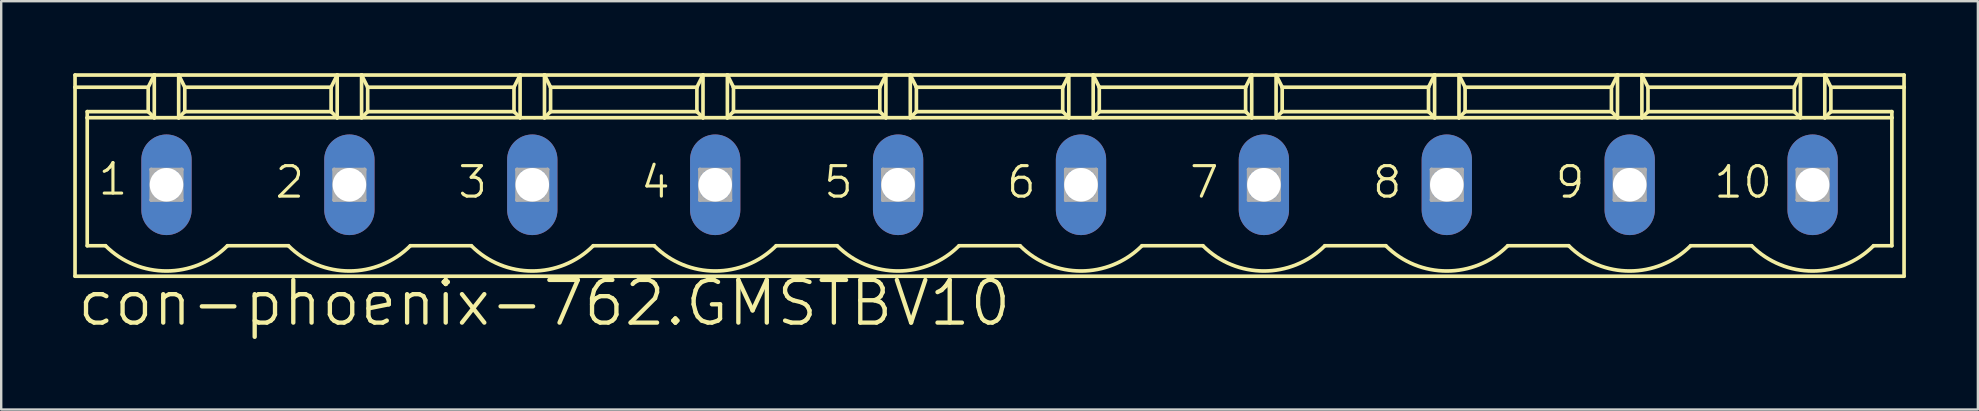
<source format=kicad_pcb>
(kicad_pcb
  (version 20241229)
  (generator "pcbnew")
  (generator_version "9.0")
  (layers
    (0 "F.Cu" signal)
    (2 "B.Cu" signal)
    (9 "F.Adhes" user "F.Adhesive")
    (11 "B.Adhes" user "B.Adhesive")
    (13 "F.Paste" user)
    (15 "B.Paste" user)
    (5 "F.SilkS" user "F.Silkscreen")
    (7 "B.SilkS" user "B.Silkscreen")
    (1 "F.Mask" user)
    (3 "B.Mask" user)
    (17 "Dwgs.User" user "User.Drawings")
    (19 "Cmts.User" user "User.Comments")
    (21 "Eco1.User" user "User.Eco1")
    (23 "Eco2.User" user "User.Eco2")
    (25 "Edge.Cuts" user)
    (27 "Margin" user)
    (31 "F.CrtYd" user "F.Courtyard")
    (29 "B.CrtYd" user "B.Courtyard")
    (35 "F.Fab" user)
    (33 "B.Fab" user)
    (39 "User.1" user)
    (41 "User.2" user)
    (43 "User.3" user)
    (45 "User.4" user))
  (footprint "con-phoenix-762.GMSTBV10"
    (layer "F.Cu")
    (at 38.176 4.648)
    (property "Reference" "con-phoenix-762.GMSTBV10" (at -38.1 5.969 0) (layer "F.SilkS") (effects (font (size 1.778 1.778) (thickness 0.18)) (justify left bottom)))
    (attr through_hole)
    (fp_line (start -38.1 -4.572) (end -34.798 -4.572) (stroke (width 0.152) (type default)) (layer "F.SilkS"))
    (fp_line (start -38.1 -4.064) (end -38.1 -4.572) (stroke (width 0.152) (type default)) (layer "F.SilkS"))
    (fp_line (start -38.1 -4.064) (end -35.052 -4.064) (stroke (width 0.152) (type default)) (layer "F.SilkS"))
    (fp_line (start -38.1 3.81) (end -38.1 -4.064) (stroke (width 0.152) (type default)) (layer "F.SilkS"))
    (fp_line (start -37.592 -3.048) (end -35.052 -3.048) (stroke (width 0.152) (type default)) (layer "F.SilkS"))
    (fp_line (start -37.592 -2.794) (end -37.592 -3.048) (stroke (width 0.152) (type default)) (layer "F.SilkS"))
    (fp_line (start -37.592 -2.794) (end -34.798 -2.794) (stroke (width 0.152) (type default)) (layer "F.SilkS"))
    (fp_line (start -37.592 2.54) (end -37.592 -2.794) (stroke (width 0.152) (type default)) (layer "F.SilkS"))
    (fp_line (start -36.83 2.54) (end -37.592 2.54) (stroke (width 0.152) (type default)) (layer "F.SilkS"))
    (fp_line (start -35.052 -4.064) (end -34.798 -4.572) (stroke (width 0.152) (type default)) (layer "F.SilkS"))
    (fp_line (start -35.052 -3.048) (end -35.052 -4.064) (stroke (width 0.152) (type default)) (layer "F.SilkS"))
    (fp_line (start -35.052 -3.048) (end -34.798 -2.794) (stroke (width 0.152) (type default)) (layer "F.SilkS"))
    (fp_line (start -34.798 -4.572) (end -33.782 -4.572) (stroke (width 0.152) (type default)) (layer "F.SilkS"))
    (fp_line (start -34.798 -2.794) (end -34.798 -4.572) (stroke (width 0.152) (type default)) (layer "F.SilkS"))
    (fp_line (start -34.798 -2.794) (end -33.782 -2.794) (stroke (width 0.152) (type default)) (layer "F.SilkS"))
    (fp_line (start -33.782 -4.572) (end -33.528 -4.064) (stroke (width 0.152) (type default)) (layer "F.SilkS"))
    (fp_line (start -33.782 -4.572) (end -27.178 -4.572) (stroke (width 0.152) (type default)) (layer "F.SilkS"))
    (fp_line (start -33.782 -2.794) (end -33.782 -4.572) (stroke (width 0.152) (type default)) (layer "F.SilkS"))
    (fp_line (start -33.782 -2.794) (end -27.178 -2.794) (stroke (width 0.152) (type default)) (layer "F.SilkS"))
    (fp_line (start -33.528 -4.064) (end -33.528 -3.048) (stroke (width 0.152) (type default)) (layer "F.SilkS"))
    (fp_line (start -33.528 -4.064) (end -27.432 -4.064) (stroke (width 0.152) (type default)) (layer "F.SilkS"))
    (fp_line (start -33.528 -3.048) (end -33.782 -2.794) (stroke (width 0.152) (type default)) (layer "F.SilkS"))
    (fp_line (start -29.21 2.54) (end -31.75 2.54) (stroke (width 0.152) (type default)) (layer "F.SilkS"))
    (fp_line (start -27.432 -4.064) (end -27.432 -3.048) (stroke (width 0.152) (type default)) (layer "F.SilkS"))
    (fp_line (start -27.432 -4.064) (end -27.178 -4.572) (stroke (width 0.152) (type default)) (layer "F.SilkS"))
    (fp_line (start -27.432 -3.048) (end -33.528 -3.048) (stroke (width 0.152) (type default)) (layer "F.SilkS"))
    (fp_line (start -27.432 -3.048) (end -27.178 -2.794) (stroke (width 0.152) (type default)) (layer "F.SilkS"))
    (fp_line (start -27.178 -4.572) (end -26.162 -4.572) (stroke (width 0.152) (type default)) (layer "F.SilkS"))
    (fp_line (start -27.178 -2.794) (end -27.178 -4.572) (stroke (width 0.152) (type default)) (layer "F.SilkS"))
    (fp_line (start -27.178 -2.794) (end -26.162 -2.794) (stroke (width 0.152) (type default)) (layer "F.SilkS"))
    (fp_line (start -26.162 -4.572) (end -25.908 -4.064) (stroke (width 0.152) (type default)) (layer "F.SilkS"))
    (fp_line (start -26.162 -4.572) (end -19.558 -4.572) (stroke (width 0.152) (type default)) (layer "F.SilkS"))
    (fp_line (start -26.162 -2.794) (end -26.162 -4.572) (stroke (width 0.152) (type default)) (layer "F.SilkS"))
    (fp_line (start -26.162 -2.794) (end -19.558 -2.794) (stroke (width 0.152) (type default)) (layer "F.SilkS"))
    (fp_line (start -25.908 -4.064) (end -25.908 -3.048) (stroke (width 0.152) (type default)) (layer "F.SilkS"))
    (fp_line (start -25.908 -4.064) (end -19.812 -4.064) (stroke (width 0.152) (type default)) (layer "F.SilkS"))
    (fp_line (start -25.908 -3.048) (end -26.162 -2.794) (stroke (width 0.152) (type default)) (layer "F.SilkS"))
    (fp_line (start -25.908 -3.048) (end -19.812 -3.048) (stroke (width 0.152) (type default)) (layer "F.SilkS"))
    (fp_line (start -21.59 2.54) (end -24.13 2.54) (stroke (width 0.152) (type default)) (layer "F.SilkS"))
    (fp_line (start -19.812 -4.064) (end -19.558 -4.572) (stroke (width 0.152) (type default)) (layer "F.SilkS"))
    (fp_line (start -19.812 -3.048) (end -19.812 -4.064) (stroke (width 0.152) (type default)) (layer "F.SilkS"))
    (fp_line (start -19.812 -3.048) (end -19.558 -2.794) (stroke (width 0.152) (type default)) (layer "F.SilkS"))
    (fp_line (start -19.558 -4.572) (end -18.542 -4.572) (stroke (width 0.152) (type default)) (layer "F.SilkS"))
    (fp_line (start -19.558 -2.794) (end -19.558 -4.572) (stroke (width 0.152) (type default)) (layer "F.SilkS"))
    (fp_line (start -19.558 -2.794) (end -18.542 -2.794) (stroke (width 0.152) (type default)) (layer "F.SilkS"))
    (fp_line (start -18.542 -4.572) (end -18.288 -4.064) (stroke (width 0.152) (type default)) (layer "F.SilkS"))
    (fp_line (start -18.542 -4.572) (end -11.938 -4.572) (stroke (width 0.152) (type default)) (layer "F.SilkS"))
    (fp_line (start -18.542 -2.794) (end -18.542 -4.572) (stroke (width 0.152) (type default)) (layer "F.SilkS"))
    (fp_line (start -18.542 -2.794) (end -11.938 -2.794) (stroke (width 0.152) (type default)) (layer "F.SilkS"))
    (fp_line (start -18.288 -4.064) (end -18.288 -3.048) (stroke (width 0.152) (type default)) (layer "F.SilkS"))
    (fp_line (start -18.288 -4.064) (end -12.192 -4.064) (stroke (width 0.152) (type default)) (layer "F.SilkS"))
    (fp_line (start -18.288 -3.048) (end -18.542 -2.794) (stroke (width 0.152) (type default)) (layer "F.SilkS"))
    (fp_line (start -13.97 2.54) (end -16.51 2.54) (stroke (width 0.152) (type default)) (layer "F.SilkS"))
    (fp_line (start -12.192 -4.064) (end -12.192 -3.048) (stroke (width 0.152) (type default)) (layer "F.SilkS"))
    (fp_line (start -12.192 -4.064) (end -11.938 -4.572) (stroke (width 0.152) (type default)) (layer "F.SilkS"))
    (fp_line (start -12.192 -3.048) (end -18.288 -3.048) (stroke (width 0.152) (type default)) (layer "F.SilkS"))
    (fp_line (start -12.192 -3.048) (end -11.938 -2.794) (stroke (width 0.152) (type default)) (layer "F.SilkS"))
    (fp_line (start -11.938 -4.572) (end -10.922 -4.572) (stroke (width 0.152) (type default)) (layer "F.SilkS"))
    (fp_line (start -11.938 -2.794) (end -11.938 -4.572) (stroke (width 0.152) (type default)) (layer "F.SilkS"))
    (fp_line (start -11.938 -2.794) (end -10.922 -2.794) (stroke (width 0.152) (type default)) (layer "F.SilkS"))
    (fp_line (start -10.922 -4.572) (end -10.668 -4.064) (stroke (width 0.152) (type default)) (layer "F.SilkS"))
    (fp_line (start -10.922 -4.572) (end -4.318 -4.572) (stroke (width 0.152) (type default)) (layer "F.SilkS"))
    (fp_line (start -10.922 -2.794) (end -10.922 -4.572) (stroke (width 0.152) (type default)) (layer "F.SilkS"))
    (fp_line (start -10.922 -2.794) (end -4.318 -2.794) (stroke (width 0.152) (type default)) (layer "F.SilkS"))
    (fp_line (start -10.668 -4.064) (end -10.668 -3.048) (stroke (width 0.152) (type default)) (layer "F.SilkS"))
    (fp_line (start -10.668 -4.064) (end -4.572 -4.064) (stroke (width 0.152) (type default)) (layer "F.SilkS"))
    (fp_line (start -10.668 -3.048) (end -10.922 -2.794) (stroke (width 0.152) (type default)) (layer "F.SilkS"))
    (fp_line (start -10.668 -3.048) (end -4.572 -3.048) (stroke (width 0.152) (type default)) (layer "F.SilkS"))
    (fp_line (start -6.35 2.54) (end -8.89 2.54) (stroke (width 0.152) (type default)) (layer "F.SilkS"))
    (fp_line (start -4.572 -4.064) (end -4.572 -3.048) (stroke (width 0.152) (type default)) (layer "F.SilkS"))
    (fp_line (start -4.572 -4.064) (end -4.318 -4.572) (stroke (width 0.152) (type default)) (layer "F.SilkS"))
    (fp_line (start -4.572 -3.048) (end -4.318 -2.794) (stroke (width 0.152) (type default)) (layer "F.SilkS"))
    (fp_line (start -4.318 -4.572) (end -3.302 -4.572) (stroke (width 0.152) (type default)) (layer "F.SilkS"))
    (fp_line (start -4.318 -2.794) (end -4.318 -4.572) (stroke (width 0.152) (type default)) (layer "F.SilkS"))
    (fp_line (start -4.318 -2.794) (end -3.302 -2.794) (stroke (width 0.152) (type default)) (layer "F.SilkS"))
    (fp_line (start -3.302 -4.572) (end -3.048 -4.064) (stroke (width 0.152) (type default)) (layer "F.SilkS"))
    (fp_line (start -3.302 -4.572) (end 3.302 -4.572) (stroke (width 0.152) (type default)) (layer "F.SilkS"))
    (fp_line (start -3.302 -2.794) (end -3.302 -4.572) (stroke (width 0.152) (type default)) (layer "F.SilkS"))
    (fp_line (start -3.302 -2.794) (end 3.302 -2.794) (stroke (width 0.152) (type default)) (layer "F.SilkS"))
    (fp_line (start -3.048 -4.064) (end -3.048 -3.048) (stroke (width 0.152) (type default)) (layer "F.SilkS"))
    (fp_line (start -3.048 -4.064) (end 3.048 -4.064) (stroke (width 0.152) (type default)) (layer "F.SilkS"))
    (fp_line (start -3.048 -3.048) (end -3.302 -2.794) (stroke (width 0.152) (type default)) (layer "F.SilkS"))
    (fp_line (start -3.048 -3.048) (end 3.048 -3.048) (stroke (width 0.152) (type default)) (layer "F.SilkS"))
    (fp_line (start 1.27 2.54) (end -1.27 2.54) (stroke (width 0.152) (type default)) (layer "F.SilkS"))
    (fp_line (start 3.048 -4.064) (end 3.048 -3.048) (stroke (width 0.152) (type default)) (layer "F.SilkS"))
    (fp_line (start 3.048 -4.064) (end 3.302 -4.572) (stroke (width 0.152) (type default)) (layer "F.SilkS"))
    (fp_line (start 3.048 -3.048) (end 3.302 -2.794) (stroke (width 0.152) (type default)) (layer "F.SilkS"))
    (fp_line (start 3.302 -4.572) (end 4.318 -4.572) (stroke (width 0.152) (type default)) (layer "F.SilkS"))
    (fp_line (start 3.302 -2.794) (end 3.302 -4.572) (stroke (width 0.152) (type default)) (layer "F.SilkS"))
    (fp_line (start 3.302 -2.794) (end 4.318 -2.794) (stroke (width 0.152) (type default)) (layer "F.SilkS"))
    (fp_line (start 4.318 -4.572) (end 4.572 -4.064) (stroke (width 0.152) (type default)) (layer "F.SilkS"))
    (fp_line (start 4.318 -4.572) (end 10.922 -4.572) (stroke (width 0.152) (type default)) (layer "F.SilkS"))
    (fp_line (start 4.318 -2.794) (end 4.318 -4.572) (stroke (width 0.152) (type default)) (layer "F.SilkS"))
    (fp_line (start 4.318 -2.794) (end 10.922 -2.794) (stroke (width 0.152) (type default)) (layer "F.SilkS"))
    (fp_line (start 4.572 -4.064) (end 4.572 -3.048) (stroke (width 0.152) (type default)) (layer "F.SilkS"))
    (fp_line (start 4.572 -4.064) (end 10.668 -4.064) (stroke (width 0.152) (type default)) (layer "F.SilkS"))
    (fp_line (start 4.572 -3.048) (end 4.318 -2.794) (stroke (width 0.152) (type default)) (layer "F.SilkS"))
    (fp_line (start 4.572 -3.048) (end 10.668 -3.048) (stroke (width 0.152) (type default)) (layer "F.SilkS"))
    (fp_line (start 8.89 2.54) (end 6.35 2.54) (stroke (width 0.152) (type default)) (layer "F.SilkS"))
    (fp_line (start 10.668 -4.064) (end 10.668 -3.048) (stroke (width 0.152) (type default)) (layer "F.SilkS"))
    (fp_line (start 10.668 -4.064) (end 10.922 -4.572) (stroke (width 0.152) (type default)) (layer "F.SilkS"))
    (fp_line (start 10.668 -3.048) (end 10.922 -2.794) (stroke (width 0.152) (type default)) (layer "F.SilkS"))
    (fp_line (start 10.922 -4.572) (end 11.938 -4.572) (stroke (width 0.152) (type default)) (layer "F.SilkS"))
    (fp_line (start 10.922 -2.794) (end 10.922 -4.572) (stroke (width 0.152) (type default)) (layer "F.SilkS"))
    (fp_line (start 10.922 -2.794) (end 11.938 -2.794) (stroke (width 0.152) (type default)) (layer "F.SilkS"))
    (fp_line (start 11.938 -4.572) (end 12.192 -4.064) (stroke (width 0.152) (type default)) (layer "F.SilkS"))
    (fp_line (start 11.938 -4.572) (end 18.542 -4.572) (stroke (width 0.152) (type default)) (layer "F.SilkS"))
    (fp_line (start 11.938 -2.794) (end 11.938 -4.572) (stroke (width 0.152) (type default)) (layer "F.SilkS"))
    (fp_line (start 11.938 -2.794) (end 18.542 -2.794) (stroke (width 0.152) (type default)) (layer "F.SilkS"))
    (fp_line (start 12.192 -4.064) (end 12.192 -3.048) (stroke (width 0.152) (type default)) (layer "F.SilkS"))
    (fp_line (start 12.192 -4.064) (end 18.288 -4.064) (stroke (width 0.152) (type default)) (layer "F.SilkS"))
    (fp_line (start 12.192 -3.048) (end 11.938 -2.794) (stroke (width 0.152) (type default)) (layer "F.SilkS"))
    (fp_line (start 12.192 -3.048) (end 18.288 -3.048) (stroke (width 0.152) (type default)) (layer "F.SilkS"))
    (fp_line (start 16.51 2.54) (end 13.97 2.54) (stroke (width 0.152) (type default)) (layer "F.SilkS"))
    (fp_line (start 18.288 -4.064) (end 18.288 -3.048) (stroke (width 0.152) (type default)) (layer "F.SilkS"))
    (fp_line (start 18.288 -4.064) (end 18.542 -4.572) (stroke (width 0.152) (type default)) (layer "F.SilkS"))
    (fp_line (start 18.288 -3.048) (end 18.542 -2.794) (stroke (width 0.152) (type default)) (layer "F.SilkS"))
    (fp_line (start 18.542 -4.572) (end 19.558 -4.572) (stroke (width 0.152) (type default)) (layer "F.SilkS"))
    (fp_line (start 18.542 -2.794) (end 18.542 -4.572) (stroke (width 0.152) (type default)) (layer "F.SilkS"))
    (fp_line (start 18.542 -2.794) (end 19.558 -2.794) (stroke (width 0.152) (type default)) (layer "F.SilkS"))
    (fp_line (start 19.558 -4.572) (end 19.812 -4.064) (stroke (width 0.152) (type default)) (layer "F.SilkS"))
    (fp_line (start 19.558 -4.572) (end 26.162 -4.572) (stroke (width 0.152) (type default)) (layer "F.SilkS"))
    (fp_line (start 19.558 -2.794) (end 19.558 -4.572) (stroke (width 0.152) (type default)) (layer "F.SilkS"))
    (fp_line (start 19.558 -2.794) (end 26.162 -2.794) (stroke (width 0.152) (type default)) (layer "F.SilkS"))
    (fp_line (start 19.812 -4.064) (end 19.812 -3.048) (stroke (width 0.152) (type default)) (layer "F.SilkS"))
    (fp_line (start 19.812 -4.064) (end 25.908 -4.064) (stroke (width 0.152) (type default)) (layer "F.SilkS"))
    (fp_line (start 19.812 -3.048) (end 19.558 -2.794) (stroke (width 0.152) (type default)) (layer "F.SilkS"))
    (fp_line (start 19.812 -3.048) (end 25.908 -3.048) (stroke (width 0.152) (type default)) (layer "F.SilkS"))
    (fp_line (start 24.13 2.54) (end 21.59 2.54) (stroke (width 0.152) (type default)) (layer "F.SilkS"))
    (fp_line (start 25.908 -4.064) (end 25.908 -3.048) (stroke (width 0.152) (type default)) (layer "F.SilkS"))
    (fp_line (start 25.908 -4.064) (end 26.162 -4.572) (stroke (width 0.152) (type default)) (layer "F.SilkS"))
    (fp_line (start 25.908 -3.048) (end 26.162 -2.794) (stroke (width 0.152) (type default)) (layer "F.SilkS"))
    (fp_line (start 26.162 -4.572) (end 27.178 -4.572) (stroke (width 0.152) (type default)) (layer "F.SilkS"))
    (fp_line (start 26.162 -2.794) (end 26.162 -4.572) (stroke (width 0.152) (type default)) (layer "F.SilkS"))
    (fp_line (start 26.162 -2.794) (end 27.178 -2.794) (stroke (width 0.152) (type default)) (layer "F.SilkS"))
    (fp_line (start 27.178 -4.572) (end 27.432 -4.064) (stroke (width 0.152) (type default)) (layer "F.SilkS"))
    (fp_line (start 27.178 -4.572) (end 33.782 -4.572) (stroke (width 0.152) (type default)) (layer "F.SilkS"))
    (fp_line (start 27.178 -2.794) (end 27.178 -4.572) (stroke (width 0.152) (type default)) (layer "F.SilkS"))
    (fp_line (start 27.178 -2.794) (end 33.782 -2.794) (stroke (width 0.152) (type default)) (layer "F.SilkS"))
    (fp_line (start 27.432 -4.064) (end 27.432 -3.048) (stroke (width 0.152) (type default)) (layer "F.SilkS"))
    (fp_line (start 27.432 -4.064) (end 33.528 -4.064) (stroke (width 0.152) (type default)) (layer "F.SilkS"))
    (fp_line (start 27.432 -3.048) (end 27.178 -2.794) (stroke (width 0.152) (type default)) (layer "F.SilkS"))
    (fp_line (start 27.432 -3.048) (end 33.528 -3.048) (stroke (width 0.152) (type default)) (layer "F.SilkS"))
    (fp_line (start 31.75 2.54) (end 29.21 2.54) (stroke (width 0.152) (type default)) (layer "F.SilkS"))
    (fp_line (start 33.528 -4.064) (end 33.528 -3.048) (stroke (width 0.152) (type default)) (layer "F.SilkS"))
    (fp_line (start 33.528 -4.064) (end 33.782 -4.572) (stroke (width 0.152) (type default)) (layer "F.SilkS"))
    (fp_line (start 33.528 -3.048) (end 33.782 -2.794) (stroke (width 0.152) (type default)) (layer "F.SilkS"))
    (fp_line (start 33.782 -4.572) (end 34.798 -4.572) (stroke (width 0.152) (type default)) (layer "F.SilkS"))
    (fp_line (start 33.782 -2.794) (end 33.782 -4.572) (stroke (width 0.152) (type default)) (layer "F.SilkS"))
    (fp_line (start 33.782 -2.794) (end 34.798 -2.794) (stroke (width 0.152) (type default)) (layer "F.SilkS"))
    (fp_line (start 34.798 -4.572) (end 35.052 -4.064) (stroke (width 0.152) (type default)) (layer "F.SilkS"))
    (fp_line (start 34.798 -4.572) (end 38.1 -4.572) (stroke (width 0.152) (type default)) (layer "F.SilkS"))
    (fp_line (start 34.798 -2.794) (end 34.798 -4.572) (stroke (width 0.152) (type default)) (layer "F.SilkS"))
    (fp_line (start 34.798 -2.794) (end 37.592 -2.794) (stroke (width 0.152) (type default)) (layer "F.SilkS"))
    (fp_line (start 35.052 -4.064) (end 35.052 -3.048) (stroke (width 0.152) (type default)) (layer "F.SilkS"))
    (fp_line (start 35.052 -4.064) (end 38.1 -4.064) (stroke (width 0.152) (type default)) (layer "F.SilkS"))
    (fp_line (start 35.052 -3.048) (end 34.798 -2.794) (stroke (width 0.152) (type default)) (layer "F.SilkS"))
    (fp_line (start 35.052 -3.048) (end 37.592 -3.048) (stroke (width 0.152) (type default)) (layer "F.SilkS"))
    (fp_line (start 37.592 -3.048) (end 37.592 -2.794) (stroke (width 0.152) (type default)) (layer "F.SilkS"))
    (fp_line (start 37.592 -2.794) (end 37.592 2.54) (stroke (width 0.152) (type default)) (layer "F.SilkS"))
    (fp_line (start 37.592 2.54) (end 36.83 2.54) (stroke (width 0.152) (type default)) (layer "F.SilkS"))
    (fp_line (start 38.1 -4.064) (end 38.1 -4.572) (stroke (width 0.152) (type default)) (layer "F.SilkS"))
    (fp_line (start 38.1 3.81) (end -38.1 3.81) (stroke (width 0.152) (type default)) (layer "F.SilkS"))
    (fp_line (start 38.1 3.81) (end 38.1 -4.064) (stroke (width 0.152) (type default)) (layer "F.SilkS"))
    (fp_arc (start -31.75 2.54) (mid -34.29 3.592102) (end -36.83 2.54) (stroke (width 0.1524) (type default)) (layer "F.SilkS"))
    (fp_arc (start -24.13 2.54) (mid -26.67 3.592102) (end -29.21 2.54) (stroke (width 0.1524) (type default)) (layer "F.SilkS"))
    (fp_arc (start -16.51 2.54) (mid -19.05 3.592102) (end -21.59 2.54) (stroke (width 0.1524) (type default)) (layer "F.SilkS"))
    (fp_arc (start -8.89 2.54) (mid -11.43 3.592102) (end -13.97 2.54) (stroke (width 0.1524) (type default)) (layer "F.SilkS"))
    (fp_arc (start -1.27 2.54) (mid -3.81 3.592102) (end -6.35 2.54) (stroke (width 0.1524) (type default)) (layer "F.SilkS"))
    (fp_arc (start 6.35 2.54) (mid 3.81 3.592102) (end 1.27 2.54) (stroke (width 0.1524) (type default)) (layer "F.SilkS"))
    (fp_arc (start 13.97 2.54) (mid 11.43 3.592102) (end 8.89 2.54) (stroke (width 0.1524) (type default)) (layer "F.SilkS"))
    (fp_arc (start 21.59 2.54) (mid 19.05 3.592102) (end 16.51 2.54) (stroke (width 0.1524) (type default)) (layer "F.SilkS"))
    (fp_arc (start 29.21 2.54) (mid 26.67 3.592102) (end 24.13 2.54) (stroke (width 0.1524) (type default)) (layer "F.SilkS"))
    (fp_arc (start 36.83 2.54) (mid 34.29 3.592102) (end 31.75 2.54) (stroke (width 0.1524) (type default)) (layer "F.SilkS"))
    (fp_line (start -34.925 -0.635) (end -34.925 0.635) (stroke (width 0.152) (type default)) (layer "F.Fab"))
    (fp_line (start -34.925 -0.635) (end -33.655 0.635) (stroke (width 0.152) (type default)) (layer "F.Fab"))
    (fp_line (start -34.925 0.635) (end -33.655 -0.635) (stroke (width 0.152) (type default)) (layer "F.Fab"))
    (fp_line (start -34.925 0.635) (end -33.655 0.635) (stroke (width 0.152) (type default)) (layer "F.Fab"))
    (fp_line (start -33.655 -0.635) (end -34.925 -0.635) (stroke (width 0.152) (type default)) (layer "F.Fab"))
    (fp_line (start -33.655 0.635) (end -33.655 -0.635) (stroke (width 0.152) (type default)) (layer "F.Fab"))
    (fp_line (start -27.305 -0.635) (end -27.305 0.635) (stroke (width 0.152) (type default)) (layer "F.Fab"))
    (fp_line (start -27.305 -0.635) (end -26.035 0.635) (stroke (width 0.152) (type default)) (layer "F.Fab"))
    (fp_line (start -27.305 0.635) (end -26.035 -0.635) (stroke (width 0.152) (type default)) (layer "F.Fab"))
    (fp_line (start -27.305 0.635) (end -26.035 0.635) (stroke (width 0.152) (type default)) (layer "F.Fab"))
    (fp_line (start -26.035 -0.635) (end -27.305 -0.635) (stroke (width 0.152) (type default)) (layer "F.Fab"))
    (fp_line (start -26.035 0.635) (end -26.035 -0.635) (stroke (width 0.152) (type default)) (layer "F.Fab"))
    (fp_line (start -19.685 -0.635) (end -19.685 0.635) (stroke (width 0.152) (type default)) (layer "F.Fab"))
    (fp_line (start -19.685 -0.635) (end -18.415 0.635) (stroke (width 0.152) (type default)) (layer "F.Fab"))
    (fp_line (start -19.685 0.635) (end -18.415 -0.635) (stroke (width 0.152) (type default)) (layer "F.Fab"))
    (fp_line (start -19.685 0.635) (end -18.415 0.635) (stroke (width 0.152) (type default)) (layer "F.Fab"))
    (fp_line (start -18.415 -0.635) (end -19.685 -0.635) (stroke (width 0.152) (type default)) (layer "F.Fab"))
    (fp_line (start -18.415 0.635) (end -18.415 -0.635) (stroke (width 0.152) (type default)) (layer "F.Fab"))
    (fp_line (start -12.065 -0.635) (end -12.065 0.635) (stroke (width 0.152) (type default)) (layer "F.Fab"))
    (fp_line (start -12.065 -0.635) (end -10.795 0.635) (stroke (width 0.152) (type default)) (layer "F.Fab"))
    (fp_line (start -12.065 0.635) (end -10.795 -0.635) (stroke (width 0.152) (type default)) (layer "F.Fab"))
    (fp_line (start -12.065 0.635) (end -10.795 0.635) (stroke (width 0.152) (type default)) (layer "F.Fab"))
    (fp_line (start -10.795 -0.635) (end -12.065 -0.635) (stroke (width 0.152) (type default)) (layer "F.Fab"))
    (fp_line (start -10.795 0.635) (end -10.795 -0.635) (stroke (width 0.152) (type default)) (layer "F.Fab"))
    (fp_line (start -4.445 -0.635) (end -4.445 0.635) (stroke (width 0.152) (type default)) (layer "F.Fab"))
    (fp_line (start -4.445 -0.635) (end -3.175 0.635) (stroke (width 0.152) (type default)) (layer "F.Fab"))
    (fp_line (start -4.445 0.635) (end -3.175 -0.635) (stroke (width 0.152) (type default)) (layer "F.Fab"))
    (fp_line (start -4.445 0.635) (end -3.175 0.635) (stroke (width 0.152) (type default)) (layer "F.Fab"))
    (fp_line (start -3.175 -0.635) (end -4.445 -0.635) (stroke (width 0.152) (type default)) (layer "F.Fab"))
    (fp_line (start -3.175 0.635) (end -3.175 -0.635) (stroke (width 0.152) (type default)) (layer "F.Fab"))
    (fp_line (start 3.175 -0.635) (end 3.175 0.635) (stroke (width 0.152) (type default)) (layer "F.Fab"))
    (fp_line (start 3.175 -0.635) (end 4.445 0.635) (stroke (width 0.152) (type default)) (layer "F.Fab"))
    (fp_line (start 3.175 0.635) (end 4.445 -0.635) (stroke (width 0.152) (type default)) (layer "F.Fab"))
    (fp_line (start 3.175 0.635) (end 4.445 0.635) (stroke (width 0.152) (type default)) (layer "F.Fab"))
    (fp_line (start 4.445 -0.635) (end 3.175 -0.635) (stroke (width 0.152) (type default)) (layer "F.Fab"))
    (fp_line (start 4.445 0.635) (end 4.445 -0.635) (stroke (width 0.152) (type default)) (layer "F.Fab"))
    (fp_line (start 10.795 -0.635) (end 10.795 0.635) (stroke (width 0.152) (type default)) (layer "F.Fab"))
    (fp_line (start 10.795 -0.635) (end 12.065 0.635) (stroke (width 0.152) (type default)) (layer "F.Fab"))
    (fp_line (start 10.795 0.635) (end 12.065 -0.635) (stroke (width 0.152) (type default)) (layer "F.Fab"))
    (fp_line (start 10.795 0.635) (end 12.065 0.635) (stroke (width 0.152) (type default)) (layer "F.Fab"))
    (fp_line (start 12.065 -0.635) (end 10.795 -0.635) (stroke (width 0.152) (type default)) (layer "F.Fab"))
    (fp_line (start 12.065 0.635) (end 12.065 -0.635) (stroke (width 0.152) (type default)) (layer "F.Fab"))
    (fp_line (start 18.415 -0.635) (end 18.415 0.635) (stroke (width 0.152) (type default)) (layer "F.Fab"))
    (fp_line (start 18.415 -0.635) (end 19.685 0.635) (stroke (width 0.152) (type default)) (layer "F.Fab"))
    (fp_line (start 18.415 0.635) (end 19.685 -0.635) (stroke (width 0.152) (type default)) (layer "F.Fab"))
    (fp_line (start 18.415 0.635) (end 19.685 0.635) (stroke (width 0.152) (type default)) (layer "F.Fab"))
    (fp_line (start 19.685 -0.635) (end 18.415 -0.635) (stroke (width 0.152) (type default)) (layer "F.Fab"))
    (fp_line (start 19.685 0.635) (end 19.685 -0.635) (stroke (width 0.152) (type default)) (layer "F.Fab"))
    (fp_line (start 26.035 -0.635) (end 26.035 0.635) (stroke (width 0.152) (type default)) (layer "F.Fab"))
    (fp_line (start 26.035 -0.635) (end 27.305 0.635) (stroke (width 0.152) (type default)) (layer "F.Fab"))
    (fp_line (start 26.035 0.635) (end 27.305 -0.635) (stroke (width 0.152) (type default)) (layer "F.Fab"))
    (fp_line (start 26.035 0.635) (end 27.305 0.635) (stroke (width 0.152) (type default)) (layer "F.Fab"))
    (fp_line (start 27.305 -0.635) (end 26.035 -0.635) (stroke (width 0.152) (type default)) (layer "F.Fab"))
    (fp_line (start 27.305 0.635) (end 27.305 -0.635) (stroke (width 0.152) (type default)) (layer "F.Fab"))
    (fp_line (start 33.655 -0.635) (end 33.655 0.635) (stroke (width 0.152) (type default)) (layer "F.Fab"))
    (fp_line (start 33.655 -0.635) (end 34.925 0.635) (stroke (width 0.152) (type default)) (layer "F.Fab"))
    (fp_line (start 33.655 0.635) (end 34.925 -0.635) (stroke (width 0.152) (type default)) (layer "F.Fab"))
    (fp_line (start 33.655 0.635) (end 34.925 0.635) (stroke (width 0.152) (type default)) (layer "F.Fab"))
    (fp_line (start 34.925 -0.635) (end 33.655 -0.635) (stroke (width 0.152) (type default)) (layer "F.Fab"))
    (fp_line (start 34.925 0.635) (end 34.925 -0.635) (stroke (width 0.152) (type default)) (layer "F.Fab"))
    (fp_text user "6" (at 0.635 0.635 0) (layer "F.SilkS") (effects (font (size 1.27 1.27) (thickness 0.13)) (justify left bottom)))
    (fp_text user "5" (at -6.985 0.635 0) (layer "F.SilkS") (effects (font (size 1.27 1.27) (thickness 0.13)) (justify left bottom)))
    (fp_text user "2" (at -29.845 0.635 0) (layer "F.SilkS") (effects (font (size 1.27 1.27) (thickness 0.13)) (justify left bottom)))
    (fp_text user "1" (at -37.211 0.508 0) (layer "F.SilkS") (effects (font (size 1.27 1.27) (thickness 0.13)) (justify left bottom)))
    (fp_text user "9" (at 23.495 0.635 0) (layer "F.SilkS") (effects (font (size 1.27 1.27) (thickness 0.13)) (justify left bottom)))
    (fp_text user "10" (at 30.099 0.635 0) (layer "F.SilkS") (effects (font (size 1.27 1.27) (thickness 0.13)) (justify left bottom)))
    (fp_text user "4" (at -14.605 0.635 0) (layer "F.SilkS") (effects (font (size 1.27 1.27) (thickness 0.13)) (justify left bottom)))
    (fp_text user "3" (at -22.225 0.635 0) (layer "F.SilkS") (effects (font (size 1.27 1.27) (thickness 0.13)) (justify left bottom)))
    (fp_text user "8" (at 15.875 0.635 0) (layer "F.SilkS") (effects (font (size 1.27 1.27) (thickness 0.13)) (justify left bottom)))
    (fp_text user "7" (at 8.255 0.635 0) (layer "F.SilkS") (effects (font (size 1.27 1.27) (thickness 0.13)) (justify left bottom)))
    (pad "1" thru_hole oval (at -34.29 0 90) (size 4.191 2.095) (drill 1.397) (layers "*.Cu" "*.Mask"))
    (pad "2" thru_hole oval (at -26.67 0 90) (size 4.191 2.095) (drill 1.397) (layers "*.Cu" "*.Mask"))
    (pad "3" thru_hole oval (at -19.05 0 90) (size 4.191 2.095) (drill 1.397) (layers "*.Cu" "*.Mask"))
    (pad "4" thru_hole oval (at -11.43 0 90) (size 4.191 2.095) (drill 1.397) (layers "*.Cu" "*.Mask"))
    (pad "5" thru_hole oval (at -3.81 0 90) (size 4.191 2.095) (drill 1.397) (layers "*.Cu" "*.Mask"))
    (pad "6" thru_hole oval (at 3.81 0 90) (size 4.191 2.095) (drill 1.397) (layers "*.Cu" "*.Mask"))
    (pad "7" thru_hole oval (at 11.43 0 90) (size 4.191 2.095) (drill 1.397) (layers "*.Cu" "*.Mask"))
    (pad "8" thru_hole oval (at 19.05 0 90) (size 4.191 2.095) (drill 1.397) (layers "*.Cu" "*.Mask"))
    (pad "9" thru_hole oval (at 26.67 0 90) (size 4.191 2.095) (drill 1.397) (layers "*.Cu" "*.Mask"))
    (pad "10" thru_hole oval (at 34.29 0 90) (size 4.191 2.095) (drill 1.397) (layers "*.Cu" "*.Mask")))
  (gr_rect
    (start -3 -3)
    (end 79.352 14.011)
    (stroke (width 0.1) (type default))
    (fill no)
    (layer "Edge.Cuts")))
</source>
